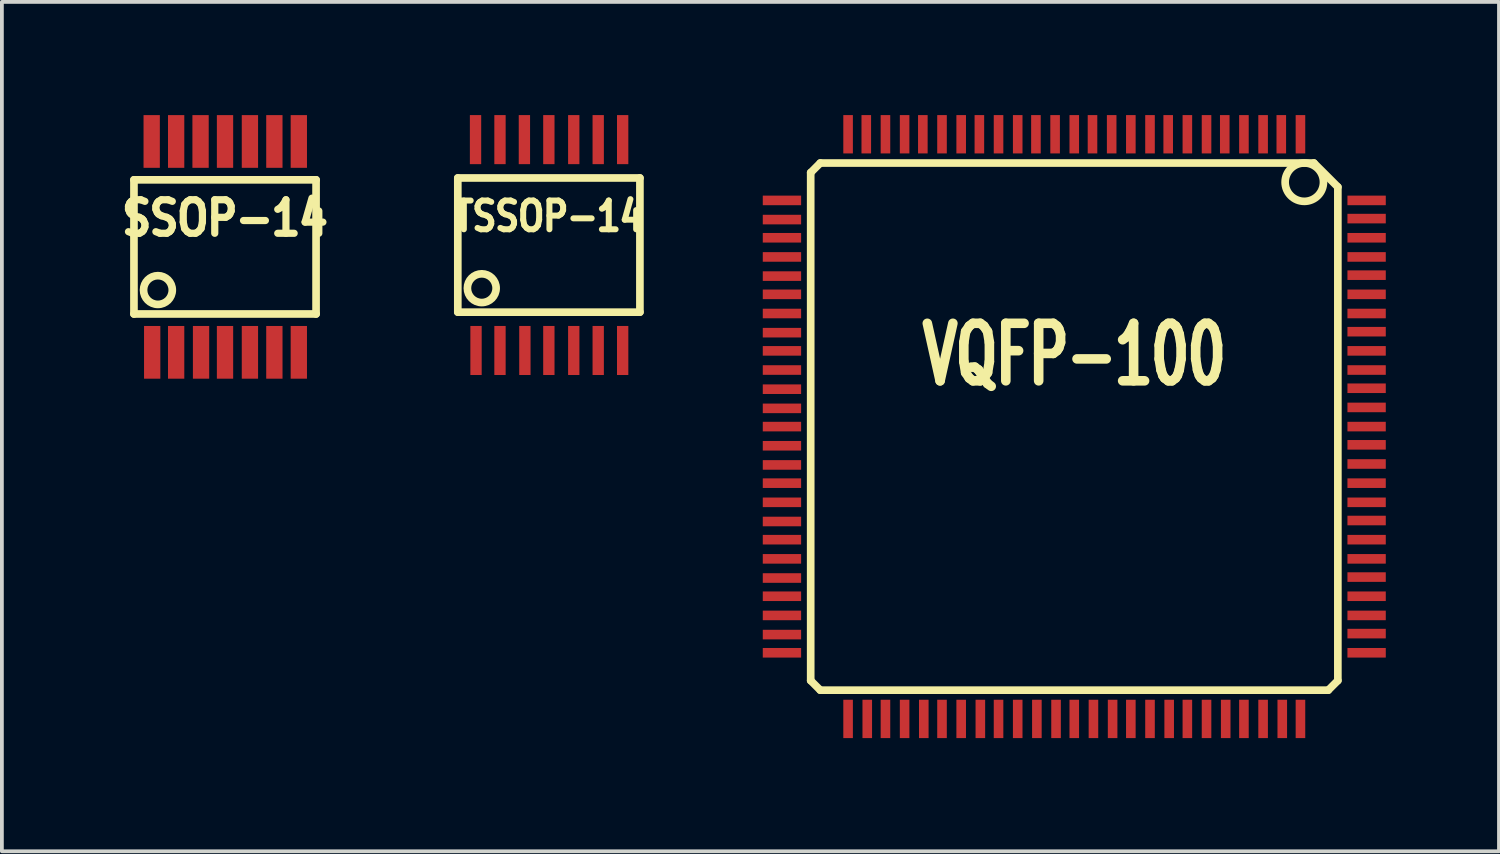
<source format=kicad_pcb>
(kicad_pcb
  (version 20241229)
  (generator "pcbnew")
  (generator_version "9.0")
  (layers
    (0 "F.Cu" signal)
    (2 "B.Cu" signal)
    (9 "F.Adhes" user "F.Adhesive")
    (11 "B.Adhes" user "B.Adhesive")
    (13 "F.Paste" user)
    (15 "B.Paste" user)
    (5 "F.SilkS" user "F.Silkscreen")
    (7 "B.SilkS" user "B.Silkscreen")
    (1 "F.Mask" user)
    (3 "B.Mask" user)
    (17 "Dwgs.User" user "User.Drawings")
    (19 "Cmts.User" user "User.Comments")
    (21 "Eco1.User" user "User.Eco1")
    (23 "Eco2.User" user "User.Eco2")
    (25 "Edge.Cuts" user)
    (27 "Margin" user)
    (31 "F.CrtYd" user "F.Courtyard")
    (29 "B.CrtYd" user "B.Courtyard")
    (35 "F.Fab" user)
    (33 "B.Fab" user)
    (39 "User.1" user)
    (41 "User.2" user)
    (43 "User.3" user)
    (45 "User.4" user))
  (footprint "VQFP-100"
    (layer "F.Cu")
    (at 25.419 8.255)
    (property "Reference" "VQFP-100" (at 0 -1.905 0) (layer "F.SilkS") (effects (font (size 1.524 1.016) (thickness 0.305))))
    (attr smd)
    (fp_line (start -6.985 -6.731) (end -6.985 6.731) (stroke (width 0.203) (type solid)) (layer "F.SilkS"))
    (fp_line (start -6.985 -6.731) (end -6.731 -6.985) (stroke (width 0.203) (type solid)) (layer "F.SilkS"))
    (fp_line (start -6.985 6.731) (end -6.731 6.985) (stroke (width 0.203) (type solid)) (layer "F.SilkS"))
    (fp_line (start -6.731 6.985) (end 6.731 6.985) (stroke (width 0.203) (type solid)) (layer "F.SilkS"))
    (fp_line (start 6.35 -6.985) (end -6.731 -6.985) (stroke (width 0.203) (type solid)) (layer "F.SilkS"))
    (fp_line (start 6.731 6.985) (end 6.985 6.731) (stroke (width 0.203) (type solid)) (layer "F.SilkS"))
    (fp_line (start 6.985 -6.35) (end 6.35 -6.985) (stroke (width 0.203) (type solid)) (layer "F.SilkS"))
    (fp_line (start 6.985 6.731) (end 6.985 -6.35) (stroke (width 0.203) (type solid)) (layer "F.SilkS"))
    (fp_circle (center 6.096 -6.477) (end 6.096 -6.985) (stroke (width 0.203) (type solid)) (fill no) (layer "F.SilkS"))
    (pad "1" smd rect (at 5.994 -7.747) (size 0.254 1.016) (layers "F.Cu" "F.Mask" "F.Paste"))
    (pad "2" smd rect (at 5.486 -7.747) (size 0.254 1.016) (layers "F.Cu" "F.Mask" "F.Paste"))
    (pad "3" smd rect (at 5.004 -7.747) (size 0.254 1.016) (layers "F.Cu" "F.Mask" "F.Paste"))
    (pad "4" smd rect (at 4.496 -7.747) (size 0.254 1.016) (layers "F.Cu" "F.Mask" "F.Paste"))
    (pad "5" smd rect (at 3.988 -7.747) (size 0.254 1.016) (layers "F.Cu" "F.Mask" "F.Paste"))
    (pad "6" smd rect (at 3.505 -7.747) (size 0.254 1.016) (layers "F.Cu" "F.Mask" "F.Paste"))
    (pad "7" smd rect (at 2.997 -7.747) (size 0.254 1.016) (layers "F.Cu" "F.Mask" "F.Paste"))
    (pad "8" smd rect (at 2.489 -7.747) (size 0.254 1.016) (layers "F.Cu" "F.Mask" "F.Paste"))
    (pad "9" smd rect (at 2.007 -7.747) (size 0.254 1.016) (layers "F.Cu" "F.Mask" "F.Paste"))
    (pad "10" smd rect (at 1.499 -7.747) (size 0.254 1.016) (layers "F.Cu" "F.Mask" "F.Paste"))
    (pad "11" smd rect (at 0.991 -7.747) (size 0.254 1.016) (layers "F.Cu" "F.Mask" "F.Paste"))
    (pad "12" smd rect (at 0.483 -7.747) (size 0.254 1.016) (layers "F.Cu" "F.Mask" "F.Paste"))
    (pad "13" smd rect (at 0 -7.747) (size 0.254 1.016) (layers "F.Cu" "F.Mask" "F.Paste"))
    (pad "14" smd rect (at -0.508 -7.747) (size 0.254 1.016) (layers "F.Cu" "F.Mask" "F.Paste"))
    (pad "15" smd rect (at -1.016 -7.747) (size 0.254 1.016) (layers "F.Cu" "F.Mask" "F.Paste"))
    (pad "16" smd rect (at -1.499 -7.747) (size 0.254 1.016) (layers "F.Cu" "F.Mask" "F.Paste"))
    (pad "17" smd rect (at -2.007 -7.747) (size 0.254 1.016) (layers "F.Cu" "F.Mask" "F.Paste"))
    (pad "18" smd rect (at -2.515 -7.747) (size 0.254 1.016) (layers "F.Cu" "F.Mask" "F.Paste"))
    (pad "19" smd rect (at -2.997 -7.747) (size 0.254 1.016) (layers "F.Cu" "F.Mask" "F.Paste"))
    (pad "20" smd rect (at -3.505 -7.747) (size 0.254 1.016) (layers "F.Cu" "F.Mask" "F.Paste"))
    (pad "21" smd rect (at -4.013 -7.747) (size 0.254 1.016) (layers "F.Cu" "F.Mask" "F.Paste"))
    (pad "22" smd rect (at -4.496 -7.747) (size 0.254 1.016) (layers "F.Cu" "F.Mask" "F.Paste"))
    (pad "23" smd rect (at -5.004 -7.747) (size 0.254 1.016) (layers "F.Cu" "F.Mask" "F.Paste"))
    (pad "24" smd rect (at -5.512 -7.747) (size 0.254 1.016) (layers "F.Cu" "F.Mask" "F.Paste"))
    (pad "25" smd rect (at -5.994 -7.747) (size 0.254 1.016) (layers "F.Cu" "F.Mask" "F.Paste"))
    (pad "26" smd rect (at -7.747 -5.994 90) (size 0.254 1.016) (layers "F.Cu" "F.Mask" "F.Paste"))
    (pad "27" smd rect (at -7.747 -5.486 90) (size 0.254 1.016) (layers "F.Cu" "F.Mask" "F.Paste"))
    (pad "28" smd rect (at -7.747 -5.004 90) (size 0.254 1.016) (layers "F.Cu" "F.Mask" "F.Paste"))
    (pad "29" smd rect (at -7.747 -4.496 90) (size 0.254 1.016) (layers "F.Cu" "F.Mask" "F.Paste"))
    (pad "30" smd rect (at -7.747 -3.988 90) (size 0.254 1.016) (layers "F.Cu" "F.Mask" "F.Paste"))
    (pad "31" smd rect (at -7.747 -3.505 90) (size 0.254 1.016) (layers "F.Cu" "F.Mask" "F.Paste"))
    (pad "32" smd rect (at -7.747 -2.997 90) (size 0.254 1.016) (layers "F.Cu" "F.Mask" "F.Paste"))
    (pad "33" smd rect (at -7.747 -2.489 90) (size 0.254 1.016) (layers "F.Cu" "F.Mask" "F.Paste"))
    (pad "34" smd rect (at -7.747 -2.007 90) (size 0.254 1.016) (layers "F.Cu" "F.Mask" "F.Paste"))
    (pad "35" smd rect (at -7.747 -1.499 90) (size 0.254 1.016) (layers "F.Cu" "F.Mask" "F.Paste"))
    (pad "36" smd rect (at -7.747 -0.991 90) (size 0.254 1.016) (layers "F.Cu" "F.Mask" "F.Paste"))
    (pad "37" smd rect (at -7.747 -0.483 90) (size 0.254 1.016) (layers "F.Cu" "F.Mask" "F.Paste"))
    (pad "38" smd rect (at -7.747 0 90) (size 0.254 1.016) (layers "F.Cu" "F.Mask" "F.Paste"))
    (pad "39" smd rect (at -7.747 0.508 90) (size 0.254 1.016) (layers "F.Cu" "F.Mask" "F.Paste"))
    (pad "40" smd rect (at -7.747 1.016 90) (size 0.254 1.016) (layers "F.Cu" "F.Mask" "F.Paste"))
    (pad "41" smd rect (at -7.747 1.499 90) (size 0.254 1.016) (layers "F.Cu" "F.Mask" "F.Paste"))
    (pad "42" smd rect (at -7.747 2.007 90) (size 0.254 1.016) (layers "F.Cu" "F.Mask" "F.Paste"))
    (pad "43" smd rect (at -7.747 2.515 90) (size 0.254 1.016) (layers "F.Cu" "F.Mask" "F.Paste"))
    (pad "44" smd rect (at -7.747 2.997 90) (size 0.254 1.016) (layers "F.Cu" "F.Mask" "F.Paste"))
    (pad "45" smd rect (at -7.747 3.505 90) (size 0.254 1.016) (layers "F.Cu" "F.Mask" "F.Paste"))
    (pad "46" smd rect (at -7.747 4.013 90) (size 0.254 1.016) (layers "F.Cu" "F.Mask" "F.Paste"))
    (pad "47" smd rect (at -7.747 4.496 90) (size 0.254 1.016) (layers "F.Cu" "F.Mask" "F.Paste"))
    (pad "48" smd rect (at -7.747 5.004 90) (size 0.254 1.016) (layers "F.Cu" "F.Mask" "F.Paste"))
    (pad "49" smd rect (at -7.747 5.512 90) (size 0.254 1.016) (layers "F.Cu" "F.Mask" "F.Paste"))
    (pad "50" smd rect (at -7.747 5.994 90) (size 0.254 1.016) (layers "F.Cu" "F.Mask" "F.Paste"))
    (pad "51" smd rect (at -5.994 7.747) (size 0.254 1.016) (layers "F.Cu" "F.Mask" "F.Paste"))
    (pad "52" smd rect (at -5.486 7.747) (size 0.254 1.016) (layers "F.Cu" "F.Mask" "F.Paste"))
    (pad "53" smd rect (at -5.004 7.747) (size 0.254 1.016) (layers "F.Cu" "F.Mask" "F.Paste"))
    (pad "54" smd rect (at -4.496 7.747) (size 0.254 1.016) (layers "F.Cu" "F.Mask" "F.Paste"))
    (pad "55" smd rect (at -3.988 7.747) (size 0.254 1.016) (layers "F.Cu" "F.Mask" "F.Paste"))
    (pad "56" smd rect (at -3.505 7.747) (size 0.254 1.016) (layers "F.Cu" "F.Mask" "F.Paste"))
    (pad "57" smd rect (at -2.997 7.747) (size 0.254 1.016) (layers "F.Cu" "F.Mask" "F.Paste"))
    (pad "58" smd rect (at -2.489 7.747) (size 0.254 1.016) (layers "F.Cu" "F.Mask" "F.Paste"))
    (pad "59" smd rect (at -2.007 7.747) (size 0.254 1.016) (layers "F.Cu" "F.Mask" "F.Paste"))
    (pad "60" smd rect (at -1.499 7.747) (size 0.254 1.016) (layers "F.Cu" "F.Mask" "F.Paste"))
    (pad "61" smd rect (at -0.991 7.747) (size 0.254 1.016) (layers "F.Cu" "F.Mask" "F.Paste"))
    (pad "62" smd rect (at -0.483 7.747) (size 0.254 1.016) (layers "F.Cu" "F.Mask" "F.Paste"))
    (pad "63" smd rect (at 0 7.747) (size 0.254 1.016) (layers "F.Cu" "F.Mask" "F.Paste"))
    (pad "64" smd rect (at 0.508 7.747) (size 0.254 1.016) (layers "F.Cu" "F.Mask" "F.Paste"))
    (pad "65" smd rect (at 1.016 7.747) (size 0.254 1.016) (layers "F.Cu" "F.Mask" "F.Paste"))
    (pad "66" smd rect (at 1.499 7.747) (size 0.254 1.016) (layers "F.Cu" "F.Mask" "F.Paste"))
    (pad "67" smd rect (at 2.007 7.747) (size 0.254 1.016) (layers "F.Cu" "F.Mask" "F.Paste"))
    (pad "68" smd rect (at 2.515 7.747) (size 0.254 1.016) (layers "F.Cu" "F.Mask" "F.Paste"))
    (pad "69" smd rect (at 2.997 7.747) (size 0.254 1.016) (layers "F.Cu" "F.Mask" "F.Paste"))
    (pad "70" smd rect (at 3.505 7.747) (size 0.254 1.016) (layers "F.Cu" "F.Mask" "F.Paste"))
    (pad "71" smd rect (at 4.013 7.747) (size 0.254 1.016) (layers "F.Cu" "F.Mask" "F.Paste"))
    (pad "72" smd rect (at 4.496 7.747) (size 0.254 1.016) (layers "F.Cu" "F.Mask" "F.Paste"))
    (pad "73" smd rect (at 5.004 7.747) (size 0.254 1.016) (layers "F.Cu" "F.Mask" "F.Paste"))
    (pad "74" smd rect (at 5.512 7.747) (size 0.254 1.016) (layers "F.Cu" "F.Mask" "F.Paste"))
    (pad "75" smd rect (at 5.994 7.747) (size 0.254 1.016) (layers "F.Cu" "F.Mask" "F.Paste"))
    (pad "76" smd rect (at 7.747 5.994 90) (size 0.254 1.016) (layers "F.Cu" "F.Mask" "F.Paste"))
    (pad "77" smd rect (at 7.747 5.486 90) (size 0.254 1.016) (layers "F.Cu" "F.Mask" "F.Paste"))
    (pad "78" smd rect (at 7.747 5.004 90) (size 0.254 1.016) (layers "F.Cu" "F.Mask" "F.Paste"))
    (pad "79" smd rect (at 7.747 4.496 90) (size 0.254 1.016) (layers "F.Cu" "F.Mask" "F.Paste"))
    (pad "80" smd rect (at 7.747 3.988 90) (size 0.254 1.016) (layers "F.Cu" "F.Mask" "F.Paste"))
    (pad "81" smd rect (at 7.747 3.505 90) (size 0.254 1.016) (layers "F.Cu" "F.Mask" "F.Paste"))
    (pad "82" smd rect (at 7.747 2.997 90) (size 0.254 1.016) (layers "F.Cu" "F.Mask" "F.Paste"))
    (pad "83" smd rect (at 7.747 2.489 90) (size 0.254 1.016) (layers "F.Cu" "F.Mask" "F.Paste"))
    (pad "84" smd rect (at 7.747 2.007 90) (size 0.254 1.016) (layers "F.Cu" "F.Mask" "F.Paste"))
    (pad "85" smd rect (at 7.747 1.499 90) (size 0.254 1.016) (layers "F.Cu" "F.Mask" "F.Paste"))
    (pad "86" smd rect (at 7.747 0.991 90) (size 0.254 1.016) (layers "F.Cu" "F.Mask" "F.Paste"))
    (pad "87" smd rect (at 7.747 0.483 90) (size 0.254 1.016) (layers "F.Cu" "F.Mask" "F.Paste"))
    (pad "88" smd rect (at 7.747 0 90) (size 0.254 1.016) (layers "F.Cu" "F.Mask" "F.Paste"))
    (pad "89" smd rect (at 7.747 -0.508 90) (size 0.254 1.016) (layers "F.Cu" "F.Mask" "F.Paste"))
    (pad "90" smd rect (at 7.747 -1.016 90) (size 0.254 1.016) (layers "F.Cu" "F.Mask" "F.Paste"))
    (pad "91" smd rect (at 7.747 -1.499 90) (size 0.254 1.016) (layers "F.Cu" "F.Mask" "F.Paste"))
    (pad "92" smd rect (at 7.747 -2.007 90) (size 0.254 1.016) (layers "F.Cu" "F.Mask" "F.Paste"))
    (pad "93" smd rect (at 7.747 -2.515 90) (size 0.254 1.016) (layers "F.Cu" "F.Mask" "F.Paste"))
    (pad "94" smd rect (at 7.747 -2.997 90) (size 0.254 1.016) (layers "F.Cu" "F.Mask" "F.Paste"))
    (pad "95" smd rect (at 7.747 -3.505 90) (size 0.254 1.016) (layers "F.Cu" "F.Mask" "F.Paste"))
    (pad "96" smd rect (at 7.747 -4.013 90) (size 0.254 1.016) (layers "F.Cu" "F.Mask" "F.Paste"))
    (pad "97" smd rect (at 7.747 -4.496 90) (size 0.254 1.016) (layers "F.Cu" "F.Mask" "F.Paste"))
    (pad "98" smd rect (at 7.747 -5.004 90) (size 0.254 1.016) (layers "F.Cu" "F.Mask" "F.Paste"))
    (pad "99" smd rect (at 7.747 -5.512 90) (size 0.254 1.016) (layers "F.Cu" "F.Mask" "F.Paste"))
    (pad "100" smd rect (at 7.747 -5.994 90) (size 0.254 1.016) (layers "F.Cu" "F.Mask" "F.Paste")))
  (footprint "SSOP-14"
    (layer "F.Cu")
    (at 2.913 3.493)
    (property "Reference" "SSOP-14" (at 0 -0.762 0) (layer "F.SilkS") (effects (font (size 0.889 0.762) (thickness 0.191))))
    (attr smd)
    (fp_line (start -2.413 -1.778) (end 2.413 -1.778) (stroke (width 0.203) (type solid)) (layer "F.SilkS"))
    (fp_line (start -2.413 1.778) (end -2.413 -1.778) (stroke (width 0.203) (type solid)) (layer "F.SilkS"))
    (fp_line (start 2.413 -1.778) (end 2.413 1.778) (stroke (width 0.203) (type solid)) (layer "F.SilkS"))
    (fp_line (start 2.413 1.778) (end -2.413 1.778) (stroke (width 0.203) (type solid)) (layer "F.SilkS"))
    (fp_circle (center -1.778 1.143) (end -2.159 1.143) (stroke (width 0.203) (type solid)) (fill no) (layer "F.SilkS"))
    (pad "1" smd rect (at -1.93 2.794) (size 0.432 1.397) (layers "F.Cu" "F.Mask" "F.Paste"))
    (pad "2" smd rect (at -1.295 2.794) (size 0.432 1.397) (layers "F.Cu" "F.Mask" "F.Paste"))
    (pad "3" smd rect (at -0.635 2.794) (size 0.432 1.397) (layers "F.Cu" "F.Mask" "F.Paste"))
    (pad "4" smd rect (at 0 2.794) (size 0.432 1.397) (layers "F.Cu" "F.Mask" "F.Paste"))
    (pad "5" smd rect (at 0.66 2.794) (size 0.432 1.397) (layers "F.Cu" "F.Mask" "F.Paste"))
    (pad "6" smd rect (at 1.308 2.794) (size 0.432 1.397) (layers "F.Cu" "F.Mask" "F.Paste"))
    (pad "7" smd rect (at 1.956 2.794) (size 0.432 1.397) (layers "F.Cu" "F.Mask" "F.Paste"))
    (pad "8" smd rect (at 1.956 -2.794) (size 0.432 1.397) (layers "F.Cu" "F.Mask" "F.Paste"))
    (pad "9" smd rect (at 1.308 -2.794) (size 0.432 1.397) (layers "F.Cu" "F.Mask" "F.Paste"))
    (pad "10" smd rect (at 0.66 -2.794) (size 0.432 1.397) (layers "F.Cu" "F.Mask" "F.Paste"))
    (pad "11" smd rect (at 0 -2.794) (size 0.432 1.397) (layers "F.Cu" "F.Mask" "F.Paste"))
    (pad "12" smd rect (at -0.648 -2.794) (size 0.432 1.397) (layers "F.Cu" "F.Mask" "F.Paste"))
    (pad "13" smd rect (at -1.295 -2.794) (size 0.432 1.397) (layers "F.Cu" "F.Mask" "F.Paste"))
    (pad "14" smd rect (at -1.943 -2.794) (size 0.432 1.397) (layers "F.Cu" "F.Mask" "F.Paste")))
  (footprint "TSSOP-14"
    (layer "F.Cu")
    (at 11.495 3.444)
    (property "Reference" "TSSOP-14" (at 0 -0.762 0) (layer "F.SilkS") (effects (font (size 0.762 0.635) (thickness 0.16))))
    (attr smd)
    (fp_line (start -2.413 -1.778) (end 2.413 -1.778) (stroke (width 0.203) (type solid)) (layer "F.SilkS"))
    (fp_line (start -2.413 1.778) (end -2.413 -1.778) (stroke (width 0.203) (type solid)) (layer "F.SilkS"))
    (fp_line (start 2.413 -1.778) (end 2.413 1.778) (stroke (width 0.203) (type solid)) (layer "F.SilkS"))
    (fp_line (start 2.413 1.778) (end -2.413 1.778) (stroke (width 0.203) (type solid)) (layer "F.SilkS"))
    (fp_circle (center -1.778 1.143) (end -2.159 1.143) (stroke (width 0.203) (type solid)) (fill no) (layer "F.SilkS"))
    (pad "1" smd rect (at -1.93 2.794) (size 0.3 1.3) (layers "F.Cu" "F.Mask" "F.Paste"))
    (pad "2" smd rect (at -1.295 2.794) (size 0.3 1.3) (layers "F.Cu" "F.Mask" "F.Paste"))
    (pad "3" smd rect (at -0.635 2.794) (size 0.3 1.3) (layers "F.Cu" "F.Mask" "F.Paste"))
    (pad "4" smd rect (at 0 2.794) (size 0.3 1.3) (layers "F.Cu" "F.Mask" "F.Paste"))
    (pad "5" smd rect (at 0.66 2.794) (size 0.3 1.3) (layers "F.Cu" "F.Mask" "F.Paste"))
    (pad "6" smd rect (at 1.308 2.794) (size 0.3 1.3) (layers "F.Cu" "F.Mask" "F.Paste"))
    (pad "7" smd rect (at 1.956 2.794) (size 0.3 1.3) (layers "F.Cu" "F.Mask" "F.Paste"))
    (pad "8" smd rect (at 1.956 -2.794) (size 0.3 1.3) (layers "F.Cu" "F.Mask" "F.Paste"))
    (pad "9" smd rect (at 1.308 -2.794) (size 0.3 1.3) (layers "F.Cu" "F.Mask" "F.Paste"))
    (pad "10" smd rect (at 0.66 -2.794) (size 0.3 1.3) (layers "F.Cu" "F.Mask" "F.Paste"))
    (pad "11" smd rect (at 0 -2.794) (size 0.3 1.3) (layers "F.Cu" "F.Mask" "F.Paste"))
    (pad "12" smd rect (at -0.648 -2.794) (size 0.3 1.3) (layers "F.Cu" "F.Mask" "F.Paste"))
    (pad "13" smd rect (at -1.295 -2.794) (size 0.3 1.3) (layers "F.Cu" "F.Mask" "F.Paste"))
    (pad "14" smd rect (at -1.943 -2.794) (size 0.3 1.3) (layers "F.Cu" "F.Mask" "F.Paste")))
  (gr_rect
    (start -3 -3)
    (end 36.674 19.51)
    (stroke (width 0.1) (type default))
    (fill no)
    (layer "Edge.Cuts")))
</source>
